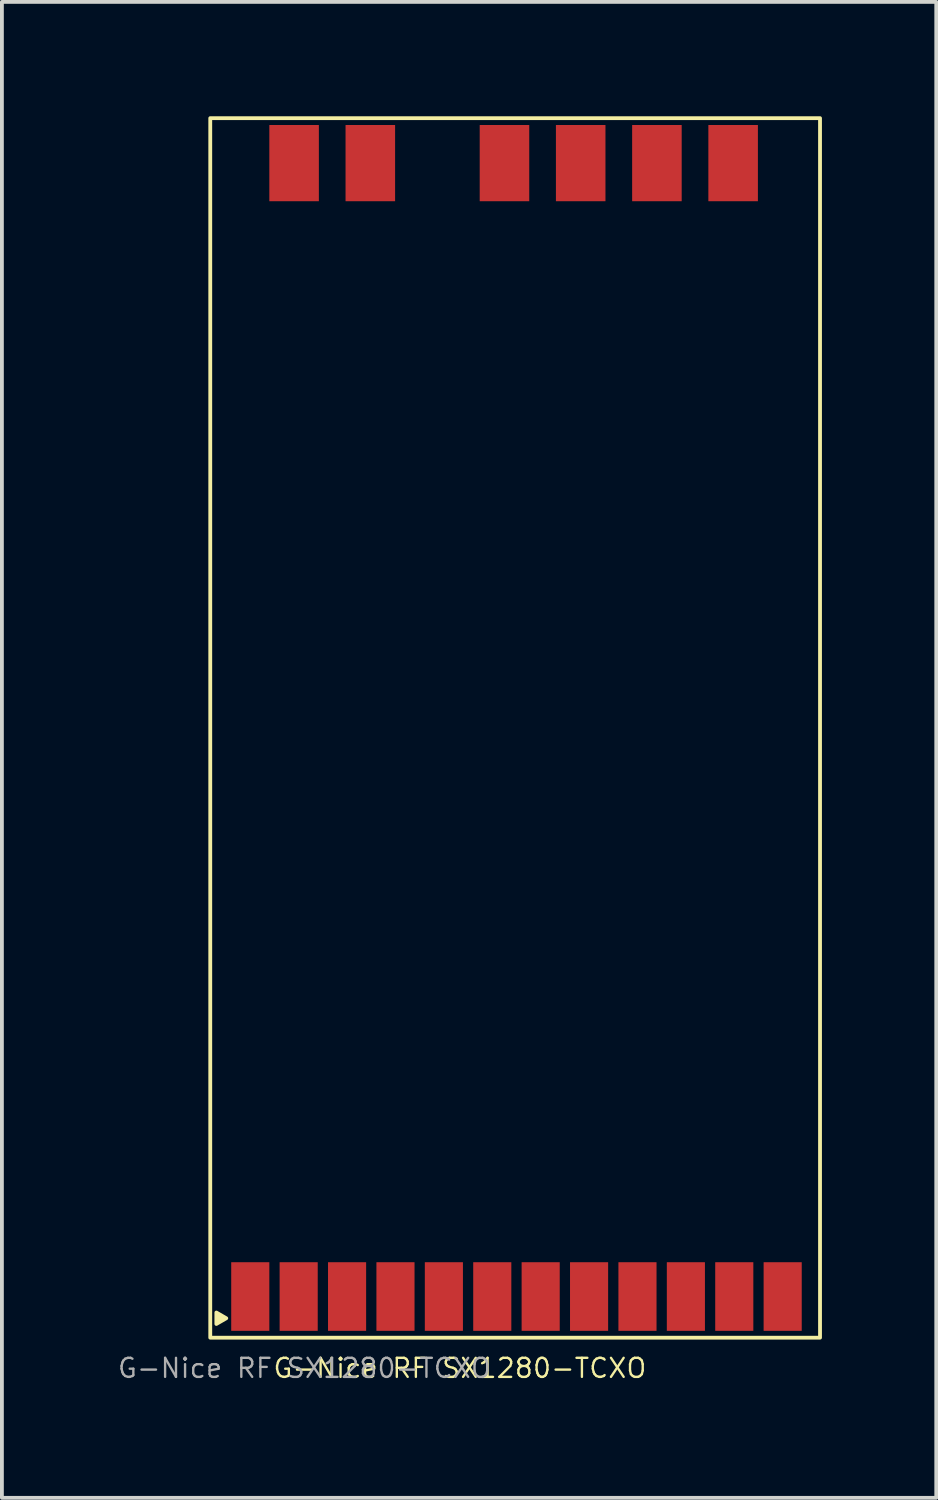
<source format=kicad_pcb>
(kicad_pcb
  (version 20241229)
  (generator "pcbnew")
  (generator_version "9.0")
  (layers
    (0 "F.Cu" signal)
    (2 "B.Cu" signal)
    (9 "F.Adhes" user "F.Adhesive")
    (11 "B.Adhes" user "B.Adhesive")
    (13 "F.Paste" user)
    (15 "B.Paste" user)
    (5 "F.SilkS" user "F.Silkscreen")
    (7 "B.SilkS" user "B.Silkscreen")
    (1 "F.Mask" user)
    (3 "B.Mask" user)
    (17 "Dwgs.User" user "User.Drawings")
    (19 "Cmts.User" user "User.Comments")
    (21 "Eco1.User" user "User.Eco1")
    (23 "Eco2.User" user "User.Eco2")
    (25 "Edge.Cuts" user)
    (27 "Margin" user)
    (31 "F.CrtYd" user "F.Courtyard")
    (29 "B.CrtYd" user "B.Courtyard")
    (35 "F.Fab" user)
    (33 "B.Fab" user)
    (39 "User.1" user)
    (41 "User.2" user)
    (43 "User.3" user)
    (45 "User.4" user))
  (footprint "G-Nice RF SX1280-TCXO"
    (layer "F.Cu")
    (at 10.467 16.05)
    (property "Reference" "G-Nice RF SX1280-TCXO" (at -1.45 16.8 0) (unlocked yes) (layer "F.SilkS") (effects (font (size 0.5 0.5) (thickness 0.062))))
    (attr smd)
    (fp_rect (start -8 16) (end 8 -16) (stroke (width 0.1) (type solid)) (fill no) (layer "F.SilkS"))
    (fp_poly (pts (xy -7.84 15.34) (xy -7.84 15.64) (xy -7.58 15.49)) (stroke (width 0.1) (type solid)) (fill yes) (layer "F.SilkS"))
    (fp_text user "${REFERENCE}" (at -5.53 16.8 0) (unlocked yes) (layer "F.Fab") (effects (font (size 0.5 0.5) (thickness 0.062))))
    (pad "1" smd rect (at -6.95 14.92) (size 1 1.8) (layers "F.Cu" "F.Mask" "F.Paste"))
    (pad "2" smd rect (at -5.68 14.92) (size 1 1.8) (layers "F.Cu" "F.Mask" "F.Paste"))
    (pad "3" smd rect (at -4.41 14.92) (size 1 1.8) (layers "F.Cu" "F.Mask" "F.Paste"))
    (pad "4" smd rect (at -3.14 14.92) (size 1 1.8) (layers "F.Cu" "F.Mask" "F.Paste"))
    (pad "5" smd rect (at -1.87 14.92) (size 1 1.8) (layers "F.Cu" "F.Mask" "F.Paste"))
    (pad "6" smd rect (at -0.6 14.92) (size 1 1.8) (layers "F.Cu" "F.Mask" "F.Paste"))
    (pad "7" smd rect (at 0.67 14.92) (size 1 1.8) (layers "F.Cu" "F.Mask" "F.Paste"))
    (pad "8" smd rect (at 1.94 14.92) (size 1 1.8) (layers "F.Cu" "F.Mask" "F.Paste"))
    (pad "9" smd rect (at 3.21 14.92) (size 1 1.8) (layers "F.Cu" "F.Mask" "F.Paste"))
    (pad "10" smd rect (at 4.48 14.92) (size 1 1.8) (layers "F.Cu" "F.Mask" "F.Paste"))
    (pad "11" smd rect (at 5.75 14.92) (size 1 1.8) (layers "F.Cu" "F.Mask" "F.Paste"))
    (pad "12" smd rect (at 7.02 14.92) (size 1 1.8) (layers "F.Cu" "F.Mask" "F.Paste"))
    (pad "13" smd rect (at 5.72 -14.82) (size 1.3 2) (layers "F.Cu" "F.Mask" "F.Paste"))
    (pad "14" smd rect (at 3.72 -14.82) (size 1.3 2) (layers "F.Cu" "F.Mask" "F.Paste"))
    (pad "15" smd rect (at 1.72 -14.82) (size 1.3 2) (layers "F.Cu" "F.Mask" "F.Paste"))
    (pad "16" smd rect (at -0.28 -14.82) (size 1.3 2) (layers "F.Cu" "F.Mask" "F.Paste"))
    (pad "17" smd rect (at -3.8 -14.82) (size 1.3 2) (layers "F.Cu" "F.Mask" "F.Paste"))
    (pad "18" smd rect (at -5.8 -14.82) (size 1.3 2) (layers "F.Cu" "F.Mask" "F.Paste")))
  (gr_rect
    (start -3 -3)
    (end 21.517 36.252)
    (stroke (width 0.1) (type default))
    (fill no)
    (layer "Edge.Cuts")))
</source>
